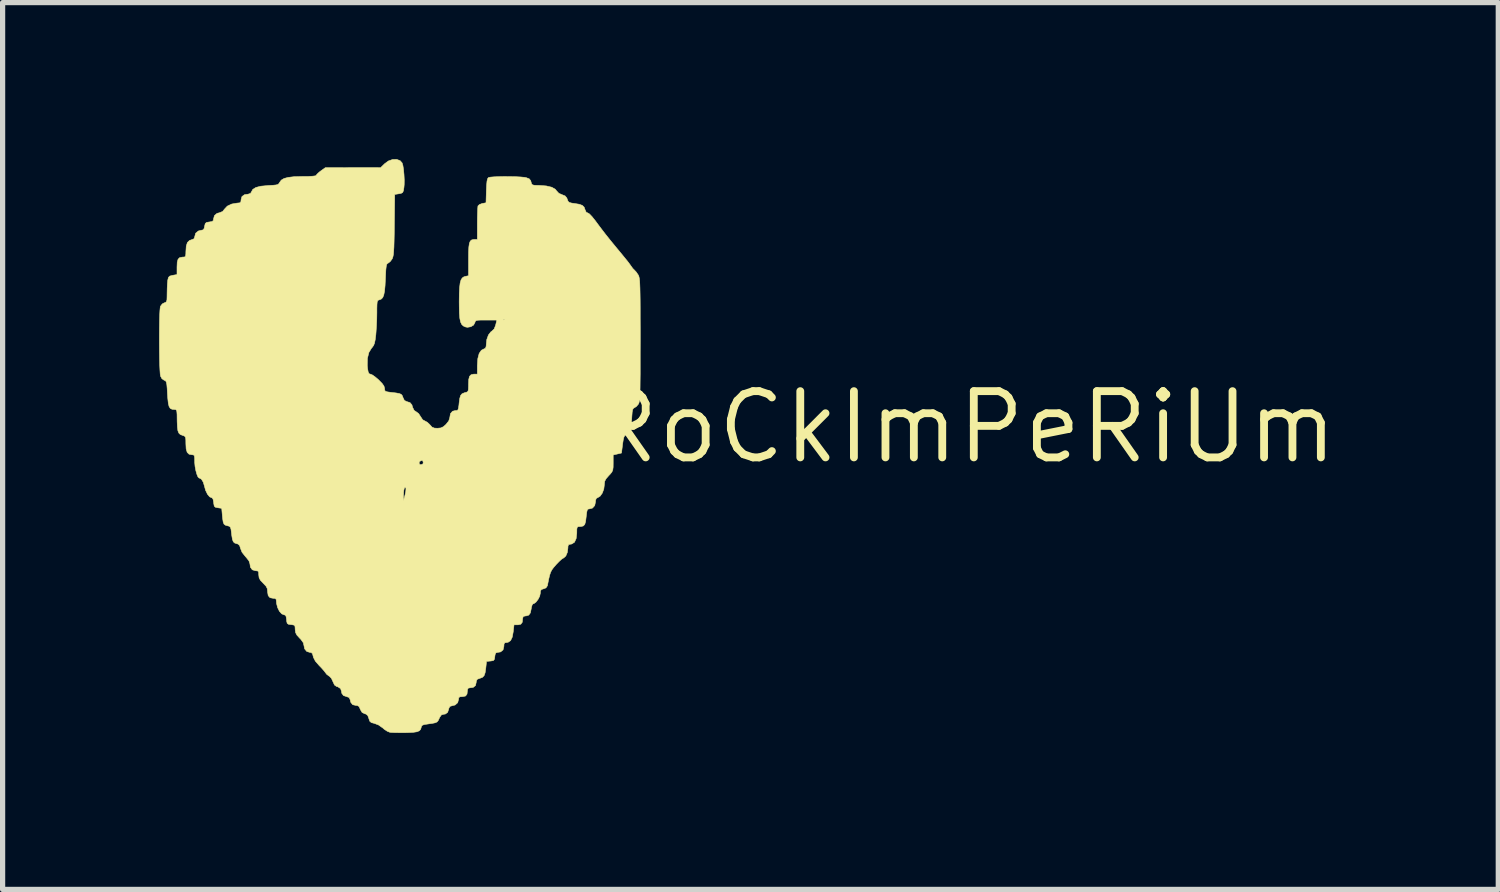
<source format=kicad_pcb>
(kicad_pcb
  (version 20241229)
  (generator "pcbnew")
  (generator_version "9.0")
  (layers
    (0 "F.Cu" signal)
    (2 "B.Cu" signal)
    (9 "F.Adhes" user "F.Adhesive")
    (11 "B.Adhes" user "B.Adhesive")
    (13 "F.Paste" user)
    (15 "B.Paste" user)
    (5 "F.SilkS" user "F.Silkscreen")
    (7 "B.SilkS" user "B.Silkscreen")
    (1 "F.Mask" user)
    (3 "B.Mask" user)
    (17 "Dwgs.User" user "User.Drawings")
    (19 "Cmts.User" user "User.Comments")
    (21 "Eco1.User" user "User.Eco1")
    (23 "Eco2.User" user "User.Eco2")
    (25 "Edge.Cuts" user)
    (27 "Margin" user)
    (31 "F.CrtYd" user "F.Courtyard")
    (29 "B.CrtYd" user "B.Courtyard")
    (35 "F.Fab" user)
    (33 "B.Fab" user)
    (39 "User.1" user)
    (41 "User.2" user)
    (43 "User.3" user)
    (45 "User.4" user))
  (footprint "RoCkImPeRiUm"
    (layer "F.Cu")
    (at 15.435 5.138)
    (property "Reference" "RoCkImPeRiUm" (at 0 0 0) (layer "F.SilkS") (effects (font (size 1.27 1.27) (thickness 0.15))))
    (attr through_hole)
    (fp_poly (pts (xy -10.814 -5.107) (xy -10.777 -5.065) (xy -10.762 -5.016) (xy -10.75 -4.938) (xy -10.741 -4.842) (xy -10.736 -4.742) (xy -10.737 -4.651) (xy -10.742 -4.595) (xy -10.752 -4.532) (xy -10.767 -4.498) (xy -10.796 -4.482) (xy -10.838 -4.474) (xy -10.919 -4.461) (xy -10.926 -3.876) (xy -10.928 -3.7) (xy -10.931 -3.56) (xy -10.934 -3.452) (xy -10.939 -3.372) (xy -10.944 -3.313) (xy -10.952 -3.271) (xy -10.961 -3.241) (xy -10.969 -3.224) (xy -11.005 -3.175) (xy -11.042 -3.146) (xy -11.046 -3.144) (xy -11.062 -3.135) (xy -11.074 -3.115) (xy -11.082 -3.077) (xy -11.089 -3.014) (xy -11.094 -2.919) (xy -11.097 -2.852) (xy -11.104 -2.71) (xy -11.114 -2.606) (xy -11.129 -2.532) (xy -11.149 -2.484) (xy -11.176 -2.456) (xy -11.207 -2.443) (xy -11.23 -2.436) (xy -11.246 -2.423) (xy -11.255 -2.397) (xy -11.259 -2.35) (xy -11.261 -2.274) (xy -11.261 -2.194) (xy -11.263 -2.072) (xy -11.269 -1.94) (xy -11.277 -1.82) (xy -11.281 -1.769) (xy -11.293 -1.675) (xy -11.306 -1.611) (xy -11.324 -1.566) (xy -11.35 -1.529) (xy -11.363 -1.515) (xy -11.414 -1.432) (xy -11.442 -1.319) (xy -11.445 -1.182) (xy -11.439 -1.122) (xy -11.427 -1.057) (xy -11.411 -1.025) (xy -11.385 -1.016) (xy -11.384 -1.016) (xy -11.349 -1.002) (xy -11.296 -0.965) (xy -11.235 -0.914) (xy -11.228 -0.907) (xy -11.161 -0.839) (xy -11.125 -0.788) (xy -11.113 -0.744) (xy -11.113 -0.739) (xy -11.11 -0.706) (xy -11.095 -0.687) (xy -11.057 -0.676) (xy -10.991 -0.667) (xy -10.895 -0.656) (xy -10.833 -0.645) (xy -10.796 -0.63) (xy -10.776 -0.608) (xy -10.763 -0.575) (xy -10.76 -0.567) (xy -10.734 -0.513) (xy -10.692 -0.491) (xy -10.688 -0.49) (xy -10.625 -0.47) (xy -10.589 -0.427) (xy -10.576 -0.38) (xy -10.546 -0.32) (xy -10.509 -0.296) (xy -10.461 -0.261) (xy -10.424 -0.204) (xy -10.383 -0.142) (xy -10.341 -0.119) (xy -10.293 -0.093) (xy -10.245 -0.047) (xy -10.241 -0.042) (xy -10.203 -0.000358) (xy -10.158 0.018) (xy -10.102 0.021) (xy -10.037 0.015) (xy -9.987 -0.008) (xy -9.937 -0.052) (xy -9.884 -0.118) (xy -9.864 -0.177) (xy -9.864 -0.181) (xy -9.85 -0.259) (xy -9.811 -0.305) (xy -9.759 -0.318) (xy -9.727 -0.319) (xy -9.708 -0.331) (xy -9.697 -0.363) (xy -9.688 -0.422) (xy -9.684 -0.465) (xy -9.672 -0.552) (xy -9.656 -0.607) (xy -9.628 -0.64) (xy -9.584 -0.659) (xy -9.562 -0.664) (xy -9.531 -0.674) (xy -9.514 -0.691) (xy -9.506 -0.726) (xy -9.504 -0.79) (xy -9.504 -0.822) (xy -9.5 -0.915) (xy -9.485 -0.974) (xy -9.455 -1.005) (xy -9.407 -1.016) (xy -9.394 -1.016) (xy -9.335 -1.016) (xy -9.335 -1.175) (xy -9.326 -1.314) (xy -9.3 -1.413) (xy -9.258 -1.474) (xy -9.219 -1.494) (xy -9.18 -1.513) (xy -9.166 -1.551) (xy -9.165 -1.574) (xy -9.154 -1.68) (xy -9.122 -1.768) (xy -9.075 -1.828) (xy -9.062 -1.836) (xy -9.013 -1.882) (xy -8.984 -1.956) (xy -8.983 -1.961) (xy -8.961 -2.053) (xy -9.168 -2.053) (xy -9.262 -2.053) (xy -9.323 -2.05) (xy -9.357 -2.043) (xy -9.374 -2.03) (xy -9.38 -2.01) (xy -9.381 -2.006) (xy -9.407 -1.957) (xy -9.46 -1.925) (xy -9.525 -1.914) (xy -9.563 -1.921) (xy -9.604 -1.94) (xy -9.635 -1.97) (xy -9.657 -2.017) (xy -9.667 -2.067) (xy -8.841 -2.067) (xy -8.838 -2.055) (xy -8.826 -2.053) (xy -8.809 -2.061) (xy -8.812 -2.067) (xy -8.838 -2.07) (xy -8.841 -2.067) (xy -9.667 -2.067) (xy -9.671 -2.086) (xy -9.679 -2.182) (xy -9.682 -2.313) (xy -9.683 -2.404) (xy -9.681 -2.559) (xy -9.675 -2.676) (xy -9.665 -2.762) (xy -9.648 -2.822) (xy -9.624 -2.86) (xy -9.592 -2.882) (xy -9.565 -2.89) (xy -9.504 -2.903) (xy -9.504 -3.218) (xy -9.503 -3.354) (xy -9.498 -3.453) (xy -9.488 -3.522) (xy -9.471 -3.565) (xy -9.446 -3.588) (xy -9.41 -3.597) (xy -9.386 -3.598) (xy -9.335 -3.598) (xy -9.335 -3.904) (xy -9.334 -4.015) (xy -9.331 -4.113) (xy -9.328 -4.189) (xy -9.324 -4.234) (xy -9.322 -4.242) (xy -9.294 -4.268) (xy -9.243 -4.287) (xy -9.239 -4.288) (xy -9.169 -4.301) (xy -9.162 -4.532) (xy -9.157 -4.642) (xy -9.15 -4.716) (xy -9.139 -4.761) (xy -9.124 -4.783) (xy -9.123 -4.784) (xy -9.088 -4.792) (xy -9.021 -4.798) (xy -8.929 -4.802) (xy -8.823 -4.804) (xy -8.711 -4.803) (xy -8.603 -4.801) (xy -8.507 -4.796) (xy -8.433 -4.789) (xy -8.397 -4.782) (xy -8.34 -4.76) (xy -8.313 -4.726) (xy -8.305 -4.698) (xy -8.296 -4.665) (xy -8.28 -4.646) (xy -8.246 -4.637) (xy -8.184 -4.634) (xy -8.152 -4.634) (xy -8.013 -4.624) (xy -7.908 -4.599) (xy -7.839 -4.559) (xy -7.817 -4.53) (xy -7.773 -4.483) (xy -7.711 -4.456) (xy -7.652 -4.432) (xy -7.62 -4.393) (xy -7.611 -4.368) (xy -7.596 -4.329) (xy -7.572 -4.307) (xy -7.526 -4.295) (xy -7.477 -4.288) (xy -7.383 -4.273) (xy -7.323 -4.251) (xy -7.288 -4.217) (xy -7.271 -4.17) (xy -7.248 -4.119) (xy -7.218 -4.106) (xy -7.187 -4.088) (xy -7.137 -4.036) (xy -7.07 -3.952) (xy -7.032 -3.9) (xy -6.963 -3.808) (xy -6.877 -3.696) (xy -6.782 -3.577) (xy -6.687 -3.461) (xy -6.654 -3.421) (xy -6.575 -3.326) (xy -6.504 -3.239) (xy -6.445 -3.166) (xy -6.406 -3.113) (xy -6.392 -3.093) (xy -6.356 -3.043) (xy -6.323 -3.01) (xy -6.288 -2.972) (xy -6.252 -2.919) (xy -6.249 -2.914) (xy -6.241 -2.897) (xy -6.235 -2.875) (xy -6.229 -2.843) (xy -6.224 -2.8) (xy -6.221 -2.741) (xy -6.218 -2.663) (xy -6.216 -2.563) (xy -6.214 -2.437) (xy -6.213 -2.281) (xy -6.213 -2.093) (xy -6.212 -1.868) (xy -6.212 -1.671) (xy -6.213 -1.417) (xy -6.213 -1.201) (xy -6.213 -1.021) (xy -6.215 -0.873) (xy -6.216 -0.754) (xy -6.218 -0.66) (xy -6.221 -0.588) (xy -6.225 -0.535) (xy -6.23 -0.496) (xy -6.236 -0.469) (xy -6.243 -0.451) (xy -6.249 -0.44) (xy -6.287 -0.396) (xy -6.325 -0.372) (xy -6.345 -0.36) (xy -6.358 -0.335) (xy -6.367 -0.287) (xy -6.373 -0.209) (xy -6.376 -0.163) (xy -6.386 -0.041) (xy -6.402 0.045) (xy -6.426 0.102) (xy -6.462 0.136) (xy -6.484 0.146) (xy -6.508 0.161) (xy -6.525 0.19) (xy -6.538 0.242) (xy -6.551 0.327) (xy -6.551 0.33) (xy -6.572 0.496) (xy -6.731 0.533) (xy -6.731 0.687) (xy -6.732 0.768) (xy -6.739 0.821) (xy -6.756 0.86) (xy -6.789 0.901) (xy -6.816 0.929) (xy -6.867 0.988) (xy -6.893 1.036) (xy -6.9 1.091) (xy -6.9 1.1) (xy -6.911 1.186) (xy -6.94 1.264) (xy -6.981 1.322) (xy -7.021 1.347) (xy -7.056 1.366) (xy -7.069 1.406) (xy -7.07 1.43) (xy -7.085 1.503) (xy -7.128 1.551) (xy -7.185 1.566) (xy -7.21 1.57) (xy -7.227 1.586) (xy -7.237 1.624) (xy -7.246 1.693) (xy -7.249 1.72) (xy -7.26 1.809) (xy -7.276 1.864) (xy -7.303 1.893) (xy -7.344 1.904) (xy -7.371 1.905) (xy -7.404 1.907) (xy -7.421 1.92) (xy -7.428 1.954) (xy -7.429 2.019) (xy -7.429 2.032) (xy -7.441 2.136) (xy -7.473 2.206) (xy -7.527 2.24) (xy -7.556 2.244) (xy -7.586 2.252) (xy -7.598 2.285) (xy -7.599 2.317) (xy -7.61 2.401) (xy -7.639 2.469) (xy -7.68 2.507) (xy -7.686 2.509) (xy -7.719 2.53) (xy -7.768 2.575) (xy -7.824 2.633) (xy -7.83 2.64) (xy -7.875 2.692) (xy -7.907 2.736) (xy -7.931 2.783) (xy -7.95 2.841) (xy -7.969 2.922) (xy -7.991 3.034) (xy -7.992 3.04) (xy -8.02 3.081) (xy -8.064 3.098) (xy -8.108 3.112) (xy -8.125 3.141) (xy -8.128 3.183) (xy -8.14 3.24) (xy -8.171 3.301) (xy -8.212 3.354) (xy -8.253 3.384) (xy -8.268 3.387) (xy -8.284 3.406) (xy -8.298 3.454) (xy -8.303 3.485) (xy -8.319 3.561) (xy -8.35 3.603) (xy -8.403 3.619) (xy -8.419 3.619) (xy -8.456 3.63) (xy -8.467 3.669) (xy -8.467 3.671) (xy -8.474 3.74) (xy -8.502 3.777) (xy -8.555 3.789) (xy -8.562 3.789) (xy -8.632 3.789) (xy -8.647 3.921) (xy -8.666 4.025) (xy -8.698 4.091) (xy -8.745 4.123) (xy -8.777 4.128) (xy -8.811 4.134) (xy -8.824 4.161) (xy -8.826 4.201) (xy -8.842 4.269) (xy -8.889 4.308) (xy -8.951 4.318) (xy -8.98 4.327) (xy -8.995 4.361) (xy -9 4.397) (xy -9.008 4.45) (xy -9.028 4.474) (xy -9.074 4.482) (xy -9.083 4.483) (xy -9.159 4.49) (xy -9.173 4.619) (xy -9.186 4.708) (xy -9.206 4.764) (xy -9.238 4.796) (xy -9.289 4.815) (xy -9.294 4.816) (xy -9.339 4.834) (xy -9.355 4.869) (xy -9.356 4.887) (xy -9.37 4.952) (xy -9.414 4.988) (xy -9.466 4.995) (xy -9.509 5.002) (xy -9.524 5.03) (xy -9.525 5.047) (xy -9.533 5.116) (xy -9.56 5.153) (xy -9.613 5.165) (xy -9.623 5.165) (xy -9.672 5.169) (xy -9.692 5.188) (xy -9.694 5.214) (xy -9.712 5.282) (xy -9.762 5.326) (xy -9.811 5.338) (xy -9.859 5.352) (xy -9.88 5.386) (xy -9.882 5.397) (xy -9.904 5.466) (xy -9.949 5.499) (xy -9.982 5.503) (xy -10.024 5.516) (xy -10.055 5.56) (xy -10.064 5.578) (xy -10.084 5.622) (xy -10.107 5.65) (xy -10.144 5.667) (xy -10.204 5.679) (xy -10.276 5.689) (xy -10.349 5.7) (xy -10.388 5.713) (xy -10.406 5.734) (xy -10.41 5.751) (xy -10.422 5.792) (xy -10.447 5.82) (xy -10.494 5.839) (xy -10.567 5.85) (xy -10.674 5.855) (xy -10.719 5.856) (xy -10.82 5.856) (xy -10.912 5.855) (xy -10.981 5.852) (xy -11.012 5.849) (xy -11.062 5.829) (xy -11.122 5.789) (xy -11.146 5.767) (xy -11.23 5.708) (xy -11.31 5.678) (xy -11.367 5.663) (xy -11.397 5.637) (xy -11.414 5.589) (xy -11.415 5.583) (xy -11.436 5.527) (xy -11.47 5.5) (xy -11.494 5.493) (xy -11.544 5.469) (xy -11.575 5.417) (xy -11.579 5.407) (xy -11.602 5.356) (xy -11.634 5.336) (xy -11.662 5.334) (xy -11.724 5.32) (xy -11.76 5.276) (xy -11.772 5.228) (xy -11.792 5.183) (xy -11.832 5.168) (xy -11.901 5.145) (xy -11.934 5.1) (xy -11.938 5.069) (xy -11.956 5.012) (xy -12.009 4.977) (xy -12.033 4.971) (xy -12.073 4.943) (xy -12.103 4.878) (xy -12.131 4.817) (xy -12.168 4.776) (xy -12.175 4.773) (xy -12.222 4.738) (xy -12.243 4.711) (xy -12.27 4.675) (xy -12.316 4.622) (xy -12.368 4.568) (xy -12.44 4.485) (xy -12.477 4.413) (xy -12.482 4.392) (xy -12.496 4.341) (xy -12.521 4.32) (xy -12.543 4.318) (xy -12.605 4.299) (xy -12.646 4.249) (xy -12.658 4.189) (xy -12.671 4.133) (xy -12.716 4.07) (xy -12.742 4.043) (xy -12.794 3.986) (xy -12.819 3.938) (xy -12.827 3.883) (xy -12.827 3.875) (xy -12.83 3.821) (xy -12.845 3.796) (xy -12.885 3.787) (xy -12.906 3.785) (xy -12.956 3.778) (xy -12.98 3.76) (xy -12.99 3.719) (xy -12.992 3.688) (xy -13.001 3.629) (xy -13.018 3.603) (xy -13.037 3.598) (xy -13.084 3.579) (xy -13.129 3.529) (xy -13.164 3.458) (xy -13.184 3.379) (xy -13.187 3.343) (xy -13.192 3.299) (xy -13.218 3.282) (xy -13.246 3.281) (xy -13.309 3.269) (xy -13.344 3.229) (xy -13.356 3.157) (xy -13.356 3.15) (xy -13.362 3.095) (xy -13.386 3.048) (xy -13.436 2.995) (xy -13.441 2.99) (xy -13.493 2.935) (xy -13.518 2.888) (xy -13.525 2.834) (xy -13.525 2.831) (xy -13.528 2.779) (xy -13.544 2.757) (xy -13.582 2.752) (xy -13.588 2.752) (xy -13.649 2.734) (xy -13.685 2.684) (xy -13.695 2.617) (xy -13.713 2.563) (xy -13.764 2.498) (xy -13.778 2.483) (xy -13.845 2.399) (xy -13.875 2.324) (xy -13.892 2.269) (xy -13.922 2.241) (xy -13.949 2.233) (xy -13.988 2.22) (xy -14.013 2.196) (xy -14.03 2.151) (xy -14.042 2.078) (xy -14.048 2.027) (xy -14.057 1.957) (xy -14.069 1.918) (xy -14.09 1.899) (xy -14.122 1.891) (xy -14.164 1.879) (xy -14.191 1.858) (xy -14.207 1.819) (xy -14.217 1.753) (xy -14.223 1.694) (xy -14.235 1.556) (xy -14.309 1.545) (xy -14.356 1.535) (xy -14.378 1.514) (xy -14.387 1.469) (xy -14.389 1.445) (xy -14.4 1.384) (xy -14.418 1.356) (xy -14.423 1.355) (xy -14.467 1.335) (xy -14.494 1.302) (xy -10.751 1.302) (xy -10.75 1.408) (xy -10.722 1.303) (xy -10.708 1.237) (xy -10.703 1.185) (xy -10.705 1.169) (xy -10.72 1.151) (xy -10.734 1.167) (xy -10.745 1.213) (xy -10.751 1.279) (xy -10.751 1.302) (xy -14.494 1.302) (xy -14.509 1.283) (xy -14.545 1.209) (xy -14.563 1.142) (xy -14.588 1.056) (xy -14.624 0.997) (xy -14.666 0.974) (xy -14.67 0.974) (xy -14.69 0.954) (xy -14.711 0.904) (xy -14.731 0.833) (xy -14.746 0.754) (xy -14.752 0.689) (xy -10.453 0.689) (xy -10.438 0.714) (xy -10.416 0.72) (xy -10.379 0.706) (xy -10.372 0.676) (xy -10.383 0.642) (xy -10.408 0.639) (xy -10.443 0.659) (xy -10.453 0.689) (xy -14.752 0.689) (xy -14.753 0.676) (xy -14.753 0.661) (xy -14.754 0.589) (xy -14.76 0.549) (xy -14.774 0.533) (xy -14.801 0.529) (xy -14.805 0.529) (xy -14.861 0.518) (xy -14.897 0.483) (xy -14.917 0.416) (xy -14.922 0.319) (xy -14.923 0.243) (xy -14.928 0.199) (xy -14.943 0.175) (xy -14.97 0.162) (xy -14.99 0.156) (xy -15.03 0.14) (xy -15.057 0.113) (xy -15.075 0.069) (xy -15.084 -0.000177) (xy -15.089 -0.101) (xy -15.09 -0.153) (xy -15.091 -0.242) (xy -15.095 -0.297) (xy -15.103 -0.326) (xy -15.118 -0.337) (xy -15.141 -0.339) (xy -15.187 -0.343) (xy -15.221 -0.36) (xy -15.244 -0.397) (xy -15.259 -0.458) (xy -15.269 -0.552) (xy -15.275 -0.639) (xy -15.281 -0.745) (xy -15.287 -0.815) (xy -15.296 -0.859) (xy -15.307 -0.883) (xy -15.324 -0.894) (xy -15.336 -0.898) (xy -15.381 -0.929) (xy -15.407 -0.977) (xy -15.414 -1.017) (xy -15.419 -1.092) (xy -15.424 -1.196) (xy -15.427 -1.322) (xy -15.429 -1.462) (xy -15.43 -1.611) (xy -15.43 -1.762) (xy -15.429 -1.907) (xy -15.427 -2.041) (xy -15.424 -2.155) (xy -15.419 -2.244) (xy -15.413 -2.301) (xy -15.41 -2.316) (xy -15.374 -2.363) (xy -15.336 -2.383) (xy -15.31 -2.392) (xy -15.294 -2.408) (xy -15.285 -2.441) (xy -15.283 -2.5) (xy -15.282 -2.569) (xy -15.28 -2.662) (xy -15.276 -2.749) (xy -15.27 -2.813) (xy -15.269 -2.819) (xy -15.256 -2.871) (xy -15.231 -2.896) (xy -15.179 -2.91) (xy -15.174 -2.911) (xy -15.092 -2.925) (xy -15.092 -3.067) (xy -15.088 -3.16) (xy -15.072 -3.218) (xy -15.042 -3.249) (xy -14.993 -3.259) (xy -14.982 -3.26) (xy -14.946 -3.262) (xy -14.929 -3.278) (xy -14.923 -3.317) (xy -14.922 -3.364) (xy -14.915 -3.469) (xy -14.893 -3.539) (xy -14.852 -3.579) (xy -14.817 -3.591) (xy -14.769 -3.609) (xy -14.753 -3.644) (xy -14.753 -3.65) (xy -14.735 -3.717) (xy -14.684 -3.76) (xy -14.637 -3.772) (xy -14.592 -3.782) (xy -14.571 -3.811) (xy -14.563 -3.852) (xy -14.551 -3.902) (xy -14.527 -3.924) (xy -14.476 -3.933) (xy -14.473 -3.933) (xy -14.42 -3.942) (xy -14.397 -3.961) (xy -14.393 -3.987) (xy -14.375 -4.055) (xy -14.325 -4.098) (xy -14.278 -4.11) (xy -14.217 -4.135) (xy -14.182 -4.179) (xy -14.128 -4.237) (xy -14.044 -4.277) (xy -13.941 -4.295) (xy -13.933 -4.295) (xy -13.885 -4.301) (xy -13.867 -4.323) (xy -13.864 -4.36) (xy -13.847 -4.421) (xy -13.796 -4.457) (xy -13.73 -4.466) (xy -13.683 -4.481) (xy -13.668 -4.506) (xy -13.639 -4.558) (xy -13.579 -4.595) (xy -13.485 -4.619) (xy -13.354 -4.631) (xy -13.345 -4.632) (xy -13.252 -4.637) (xy -13.193 -4.643) (xy -13.157 -4.653) (xy -13.138 -4.67) (xy -13.126 -4.69) (xy -13.094 -4.735) (xy -13.04 -4.767) (xy -12.96 -4.788) (xy -12.849 -4.801) (xy -12.7 -4.805) (xy -12.687 -4.805) (xy -12.574 -4.806) (xy -12.49 -4.811) (xy -12.438 -4.818) (xy -12.425 -4.826) (xy -12.409 -4.849) (xy -12.369 -4.886) (xy -12.337 -4.911) (xy -12.249 -4.974) (xy -11.187 -4.976) (xy -11.115 -5.047) (xy -11.041 -5.102) (xy -10.959 -5.131) (xy -10.88 -5.133) (xy -10.814 -5.107)) (stroke (width 0.01) (type solid)) (fill yes) (layer "F.SilkS")))
  (gr_rect
    (start -3 -3)
    (end 25.67 13.999)
    (stroke (width 0.1) (type default))
    (fill no)
    (layer "Edge.Cuts")))
</source>
